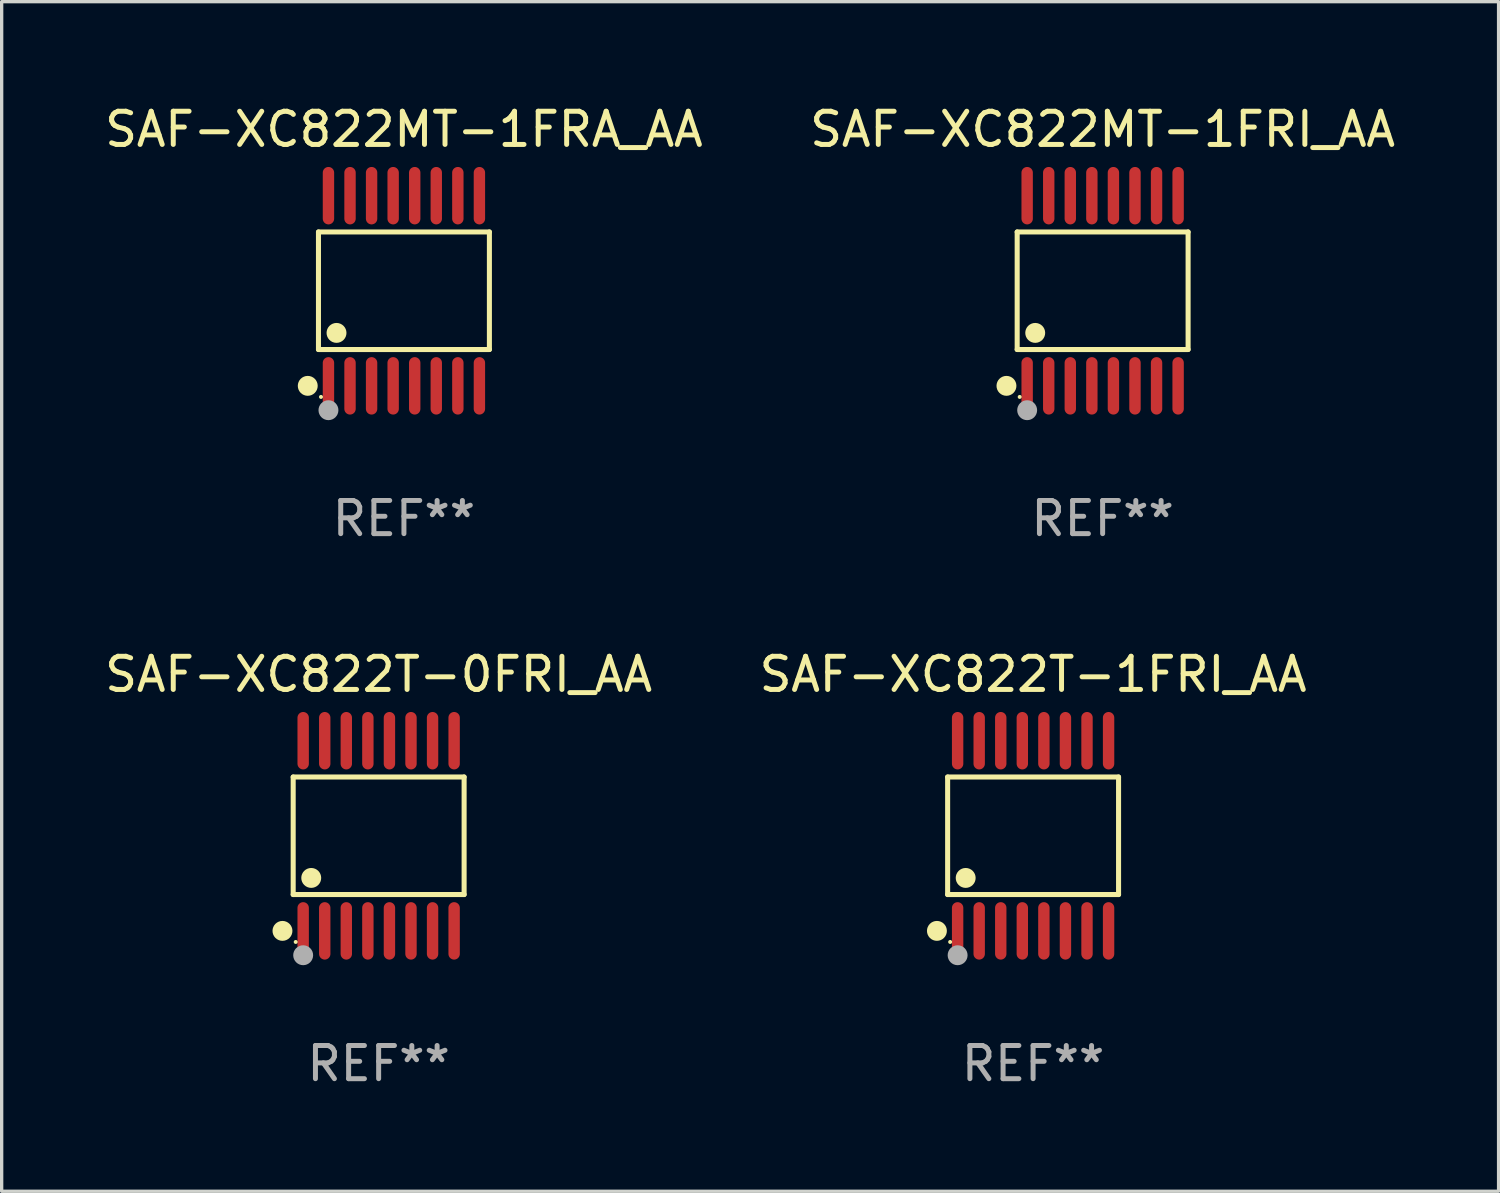
<source format=kicad_pcb>
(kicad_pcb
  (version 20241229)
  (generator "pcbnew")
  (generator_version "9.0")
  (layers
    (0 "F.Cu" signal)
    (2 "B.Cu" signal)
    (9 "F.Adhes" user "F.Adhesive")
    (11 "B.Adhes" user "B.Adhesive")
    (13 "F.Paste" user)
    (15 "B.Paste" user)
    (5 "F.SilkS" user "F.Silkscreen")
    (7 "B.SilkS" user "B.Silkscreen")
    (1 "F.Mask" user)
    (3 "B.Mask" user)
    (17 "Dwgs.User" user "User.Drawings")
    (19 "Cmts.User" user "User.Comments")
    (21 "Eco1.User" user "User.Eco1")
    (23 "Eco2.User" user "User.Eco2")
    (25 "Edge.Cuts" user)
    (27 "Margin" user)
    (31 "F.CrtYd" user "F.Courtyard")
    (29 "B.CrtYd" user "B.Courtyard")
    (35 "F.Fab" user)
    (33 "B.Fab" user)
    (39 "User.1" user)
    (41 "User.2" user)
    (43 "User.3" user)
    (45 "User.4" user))
  (footprint "SAF-XC822MT-1FRI_AA"
    (layer "F.Cu")
    (at 30.185 5.714)
    (property "Reference" "SAF-XC822MT-1FRI_AA" (at 0 -4.866 0) (layer "F.SilkS") (effects (font (size 1 1) (thickness 0.15))))
    (attr through_hole)
    (fp_line (start -2.576 -1.772) (end 2.576 -1.772) (stroke (width 0.152) (type solid)) (layer "F.SilkS"))
    (fp_line (start -2.576 1.771) (end -2.576 -1.772) (stroke (width 0.152) (type solid)) (layer "F.SilkS"))
    (fp_line (start 2.576 -1.772) (end 2.576 1.771) (stroke (width 0.152) (type solid)) (layer "F.SilkS"))
    (fp_line (start 2.576 1.771) (end -2.576 1.771) (stroke (width 0.152) (type solid)) (layer "F.SilkS"))
    (fp_circle (center -2.899 2.866) (end -2.749 2.866) (stroke (width 0.3) (type solid)) (fill no) (layer "F.SilkS"))
    (fp_circle (center -2.5 3.2) (end -2.47 3.2) (stroke (width 0.06) (type solid)) (fill no) (layer "F.SilkS"))
    (fp_circle (center -2.032 1.27) (end -1.882 1.27) (stroke (width 0.3) (type solid)) (fill no) (layer "F.SilkS"))
    (fp_circle (center -2.275 3.6) (end -2.125 3.6) (stroke (width 0.3) (type solid)) (fill no) (layer "F.Fab"))
    (fp_text user "REF**" (at 0 6.866 0) (layer "F.Fab") (effects (font (size 1 1) (thickness 0.15))))
    (pad "1" smd oval (at -2.275 2.866) (size 0.343 1.731) (layers "F.Cu" "F.Mask" "F.Paste"))
    (pad "2" smd oval (at -1.625 2.866) (size 0.343 1.731) (layers "F.Cu" "F.Mask" "F.Paste"))
    (pad "3" smd oval (at -0.975 2.866) (size 0.343 1.731) (layers "F.Cu" "F.Mask" "F.Paste"))
    (pad "4" smd oval (at -0.325 2.866) (size 0.343 1.731) (layers "F.Cu" "F.Mask" "F.Paste"))
    (pad "5" smd oval (at 0.325 2.866) (size 0.343 1.731) (layers "F.Cu" "F.Mask" "F.Paste"))
    (pad "6" smd oval (at 0.975 2.866) (size 0.343 1.731) (layers "F.Cu" "F.Mask" "F.Paste"))
    (pad "7" smd oval (at 1.625 2.866) (size 0.343 1.731) (layers "F.Cu" "F.Mask" "F.Paste"))
    (pad "8" smd oval (at 2.275 2.866) (size 0.343 1.731) (layers "F.Cu" "F.Mask" "F.Paste"))
    (pad "9" smd oval (at 2.275 -2.866) (size 0.343 1.731) (layers "F.Cu" "F.Mask" "F.Paste"))
    (pad "10" smd oval (at 1.625 -2.866) (size 0.343 1.731) (layers "F.Cu" "F.Mask" "F.Paste"))
    (pad "11" smd oval (at 0.975 -2.866) (size 0.343 1.731) (layers "F.Cu" "F.Mask" "F.Paste"))
    (pad "12" smd oval (at 0.325 -2.866) (size 0.343 1.731) (layers "F.Cu" "F.Mask" "F.Paste"))
    (pad "13" smd oval (at -0.325 -2.866) (size 0.343 1.731) (layers "F.Cu" "F.Mask" "F.Paste"))
    (pad "14" smd oval (at -0.975 -2.866) (size 0.343 1.731) (layers "F.Cu" "F.Mask" "F.Paste"))
    (pad "15" smd oval (at -1.625 -2.866) (size 0.343 1.731) (layers "F.Cu" "F.Mask" "F.Paste"))
    (pad "16" smd oval (at -2.275 -2.866) (size 0.343 1.731) (layers "F.Cu" "F.Mask" "F.Paste")))
  (footprint "SAF-XC822MT-1FRA_AA"
    (layer "F.Cu")
    (at 9.125 5.714)
    (property "Reference" "SAF-XC822MT-1FRA_AA" (at 0 -4.866 0) (layer "F.SilkS") (effects (font (size 1 1) (thickness 0.15))))
    (attr through_hole)
    (fp_line (start -2.576 -1.772) (end 2.576 -1.772) (stroke (width 0.152) (type solid)) (layer "F.SilkS"))
    (fp_line (start -2.576 1.771) (end -2.576 -1.772) (stroke (width 0.152) (type solid)) (layer "F.SilkS"))
    (fp_line (start 2.576 -1.772) (end 2.576 1.771) (stroke (width 0.152) (type solid)) (layer "F.SilkS"))
    (fp_line (start 2.576 1.771) (end -2.576 1.771) (stroke (width 0.152) (type solid)) (layer "F.SilkS"))
    (fp_circle (center -2.899 2.866) (end -2.749 2.866) (stroke (width 0.3) (type solid)) (fill no) (layer "F.SilkS"))
    (fp_circle (center -2.5 3.2) (end -2.47 3.2) (stroke (width 0.06) (type solid)) (fill no) (layer "F.SilkS"))
    (fp_circle (center -2.032 1.27) (end -1.882 1.27) (stroke (width 0.3) (type solid)) (fill no) (layer "F.SilkS"))
    (fp_circle (center -2.275 3.6) (end -2.125 3.6) (stroke (width 0.3) (type solid)) (fill no) (layer "F.Fab"))
    (fp_text user "REF**" (at 0 6.866 0) (layer "F.Fab") (effects (font (size 1 1) (thickness 0.15))))
    (pad "1" smd oval (at -2.275 2.866) (size 0.343 1.731) (layers "F.Cu" "F.Mask" "F.Paste"))
    (pad "2" smd oval (at -1.625 2.866) (size 0.343 1.731) (layers "F.Cu" "F.Mask" "F.Paste"))
    (pad "3" smd oval (at -0.975 2.866) (size 0.343 1.731) (layers "F.Cu" "F.Mask" "F.Paste"))
    (pad "4" smd oval (at -0.325 2.866) (size 0.343 1.731) (layers "F.Cu" "F.Mask" "F.Paste"))
    (pad "5" smd oval (at 0.325 2.866) (size 0.343 1.731) (layers "F.Cu" "F.Mask" "F.Paste"))
    (pad "6" smd oval (at 0.975 2.866) (size 0.343 1.731) (layers "F.Cu" "F.Mask" "F.Paste"))
    (pad "7" smd oval (at 1.625 2.866) (size 0.343 1.731) (layers "F.Cu" "F.Mask" "F.Paste"))
    (pad "8" smd oval (at 2.275 2.866) (size 0.343 1.731) (layers "F.Cu" "F.Mask" "F.Paste"))
    (pad "9" smd oval (at 2.275 -2.866) (size 0.343 1.731) (layers "F.Cu" "F.Mask" "F.Paste"))
    (pad "10" smd oval (at 1.625 -2.866) (size 0.343 1.731) (layers "F.Cu" "F.Mask" "F.Paste"))
    (pad "11" smd oval (at 0.975 -2.866) (size 0.343 1.731) (layers "F.Cu" "F.Mask" "F.Paste"))
    (pad "12" smd oval (at 0.325 -2.866) (size 0.343 1.731) (layers "F.Cu" "F.Mask" "F.Paste"))
    (pad "13" smd oval (at -0.325 -2.866) (size 0.343 1.731) (layers "F.Cu" "F.Mask" "F.Paste"))
    (pad "14" smd oval (at -0.975 -2.866) (size 0.343 1.731) (layers "F.Cu" "F.Mask" "F.Paste"))
    (pad "15" smd oval (at -1.625 -2.866) (size 0.343 1.731) (layers "F.Cu" "F.Mask" "F.Paste"))
    (pad "16" smd oval (at -2.275 -2.866) (size 0.343 1.731) (layers "F.Cu" "F.Mask" "F.Paste")))
  (footprint "SAF-XC822T-1FRI_AA"
    (layer "F.Cu")
    (at 28.089 22.142)
    (property "Reference" "SAF-XC822T-1FRI_AA" (at 0 -4.866 0) (layer "F.SilkS") (effects (font (size 1 1) (thickness 0.15))))
    (attr through_hole)
    (fp_line (start -2.576 -1.772) (end 2.576 -1.772) (stroke (width 0.152) (type solid)) (layer "F.SilkS"))
    (fp_line (start -2.576 1.771) (end -2.576 -1.772) (stroke (width 0.152) (type solid)) (layer "F.SilkS"))
    (fp_line (start 2.576 -1.772) (end 2.576 1.771) (stroke (width 0.152) (type solid)) (layer "F.SilkS"))
    (fp_line (start 2.576 1.771) (end -2.576 1.771) (stroke (width 0.152) (type solid)) (layer "F.SilkS"))
    (fp_circle (center -2.899 2.866) (end -2.749 2.866) (stroke (width 0.3) (type solid)) (fill no) (layer "F.SilkS"))
    (fp_circle (center -2.5 3.2) (end -2.47 3.2) (stroke (width 0.06) (type solid)) (fill no) (layer "F.SilkS"))
    (fp_circle (center -2.032 1.27) (end -1.882 1.27) (stroke (width 0.3) (type solid)) (fill no) (layer "F.SilkS"))
    (fp_circle (center -2.275 3.6) (end -2.125 3.6) (stroke (width 0.3) (type solid)) (fill no) (layer "F.Fab"))
    (fp_text user "REF**" (at 0 6.866 0) (layer "F.Fab") (effects (font (size 1 1) (thickness 0.15))))
    (pad "1" smd oval (at -2.275 2.866) (size 0.343 1.731) (layers "F.Cu" "F.Mask" "F.Paste"))
    (pad "2" smd oval (at -1.625 2.866) (size 0.343 1.731) (layers "F.Cu" "F.Mask" "F.Paste"))
    (pad "3" smd oval (at -0.975 2.866) (size 0.343 1.731) (layers "F.Cu" "F.Mask" "F.Paste"))
    (pad "4" smd oval (at -0.325 2.866) (size 0.343 1.731) (layers "F.Cu" "F.Mask" "F.Paste"))
    (pad "5" smd oval (at 0.325 2.866) (size 0.343 1.731) (layers "F.Cu" "F.Mask" "F.Paste"))
    (pad "6" smd oval (at 0.975 2.866) (size 0.343 1.731) (layers "F.Cu" "F.Mask" "F.Paste"))
    (pad "7" smd oval (at 1.625 2.866) (size 0.343 1.731) (layers "F.Cu" "F.Mask" "F.Paste"))
    (pad "8" smd oval (at 2.275 2.866) (size 0.343 1.731) (layers "F.Cu" "F.Mask" "F.Paste"))
    (pad "9" smd oval (at 2.275 -2.866) (size 0.343 1.731) (layers "F.Cu" "F.Mask" "F.Paste"))
    (pad "10" smd oval (at 1.625 -2.866) (size 0.343 1.731) (layers "F.Cu" "F.Mask" "F.Paste"))
    (pad "11" smd oval (at 0.975 -2.866) (size 0.343 1.731) (layers "F.Cu" "F.Mask" "F.Paste"))
    (pad "12" smd oval (at 0.325 -2.866) (size 0.343 1.731) (layers "F.Cu" "F.Mask" "F.Paste"))
    (pad "13" smd oval (at -0.325 -2.866) (size 0.343 1.731) (layers "F.Cu" "F.Mask" "F.Paste"))
    (pad "14" smd oval (at -0.975 -2.866) (size 0.343 1.731) (layers "F.Cu" "F.Mask" "F.Paste"))
    (pad "15" smd oval (at -1.625 -2.866) (size 0.343 1.731) (layers "F.Cu" "F.Mask" "F.Paste"))
    (pad "16" smd oval (at -2.275 -2.866) (size 0.343 1.731) (layers "F.Cu" "F.Mask" "F.Paste")))
  (footprint "SAF-XC822T-0FRI_AA"
    (layer "F.Cu")
    (at 8.363 22.142)
    (property "Reference" "SAF-XC822T-0FRI_AA" (at 0 -4.866 0) (layer "F.SilkS") (effects (font (size 1 1) (thickness 0.15))))
    (attr through_hole)
    (fp_line (start -2.576 -1.772) (end 2.576 -1.772) (stroke (width 0.152) (type solid)) (layer "F.SilkS"))
    (fp_line (start -2.576 1.771) (end -2.576 -1.772) (stroke (width 0.152) (type solid)) (layer "F.SilkS"))
    (fp_line (start 2.576 -1.772) (end 2.576 1.771) (stroke (width 0.152) (type solid)) (layer "F.SilkS"))
    (fp_line (start 2.576 1.771) (end -2.576 1.771) (stroke (width 0.152) (type solid)) (layer "F.SilkS"))
    (fp_circle (center -2.899 2.866) (end -2.749 2.866) (stroke (width 0.3) (type solid)) (fill no) (layer "F.SilkS"))
    (fp_circle (center -2.5 3.2) (end -2.47 3.2) (stroke (width 0.06) (type solid)) (fill no) (layer "F.SilkS"))
    (fp_circle (center -2.032 1.27) (end -1.882 1.27) (stroke (width 0.3) (type solid)) (fill no) (layer "F.SilkS"))
    (fp_circle (center -2.275 3.6) (end -2.125 3.6) (stroke (width 0.3) (type solid)) (fill no) (layer "F.Fab"))
    (fp_text user "REF**" (at 0 6.866 0) (layer "F.Fab") (effects (font (size 1 1) (thickness 0.15))))
    (pad "1" smd oval (at -2.275 2.866) (size 0.343 1.731) (layers "F.Cu" "F.Mask" "F.Paste"))
    (pad "2" smd oval (at -1.625 2.866) (size 0.343 1.731) (layers "F.Cu" "F.Mask" "F.Paste"))
    (pad "3" smd oval (at -0.975 2.866) (size 0.343 1.731) (layers "F.Cu" "F.Mask" "F.Paste"))
    (pad "4" smd oval (at -0.325 2.866) (size 0.343 1.731) (layers "F.Cu" "F.Mask" "F.Paste"))
    (pad "5" smd oval (at 0.325 2.866) (size 0.343 1.731) (layers "F.Cu" "F.Mask" "F.Paste"))
    (pad "6" smd oval (at 0.975 2.866) (size 0.343 1.731) (layers "F.Cu" "F.Mask" "F.Paste"))
    (pad "7" smd oval (at 1.625 2.866) (size 0.343 1.731) (layers "F.Cu" "F.Mask" "F.Paste"))
    (pad "8" smd oval (at 2.275 2.866) (size 0.343 1.731) (layers "F.Cu" "F.Mask" "F.Paste"))
    (pad "9" smd oval (at 2.275 -2.866) (size 0.343 1.731) (layers "F.Cu" "F.Mask" "F.Paste"))
    (pad "10" smd oval (at 1.625 -2.866) (size 0.343 1.731) (layers "F.Cu" "F.Mask" "F.Paste"))
    (pad "11" smd oval (at 0.975 -2.866) (size 0.343 1.731) (layers "F.Cu" "F.Mask" "F.Paste"))
    (pad "12" smd oval (at 0.325 -2.866) (size 0.343 1.731) (layers "F.Cu" "F.Mask" "F.Paste"))
    (pad "13" smd oval (at -0.325 -2.866) (size 0.343 1.731) (layers "F.Cu" "F.Mask" "F.Paste"))
    (pad "14" smd oval (at -0.975 -2.866) (size 0.343 1.731) (layers "F.Cu" "F.Mask" "F.Paste"))
    (pad "15" smd oval (at -1.625 -2.866) (size 0.343 1.731) (layers "F.Cu" "F.Mask" "F.Paste"))
    (pad "16" smd oval (at -2.275 -2.866) (size 0.343 1.731) (layers "F.Cu" "F.Mask" "F.Paste")))
  (gr_rect
    (start -3 -3)
    (end 42.119 32.856)
    (stroke (width 0.1) (type default))
    (fill no)
    (layer "Edge.Cuts")))
</source>
